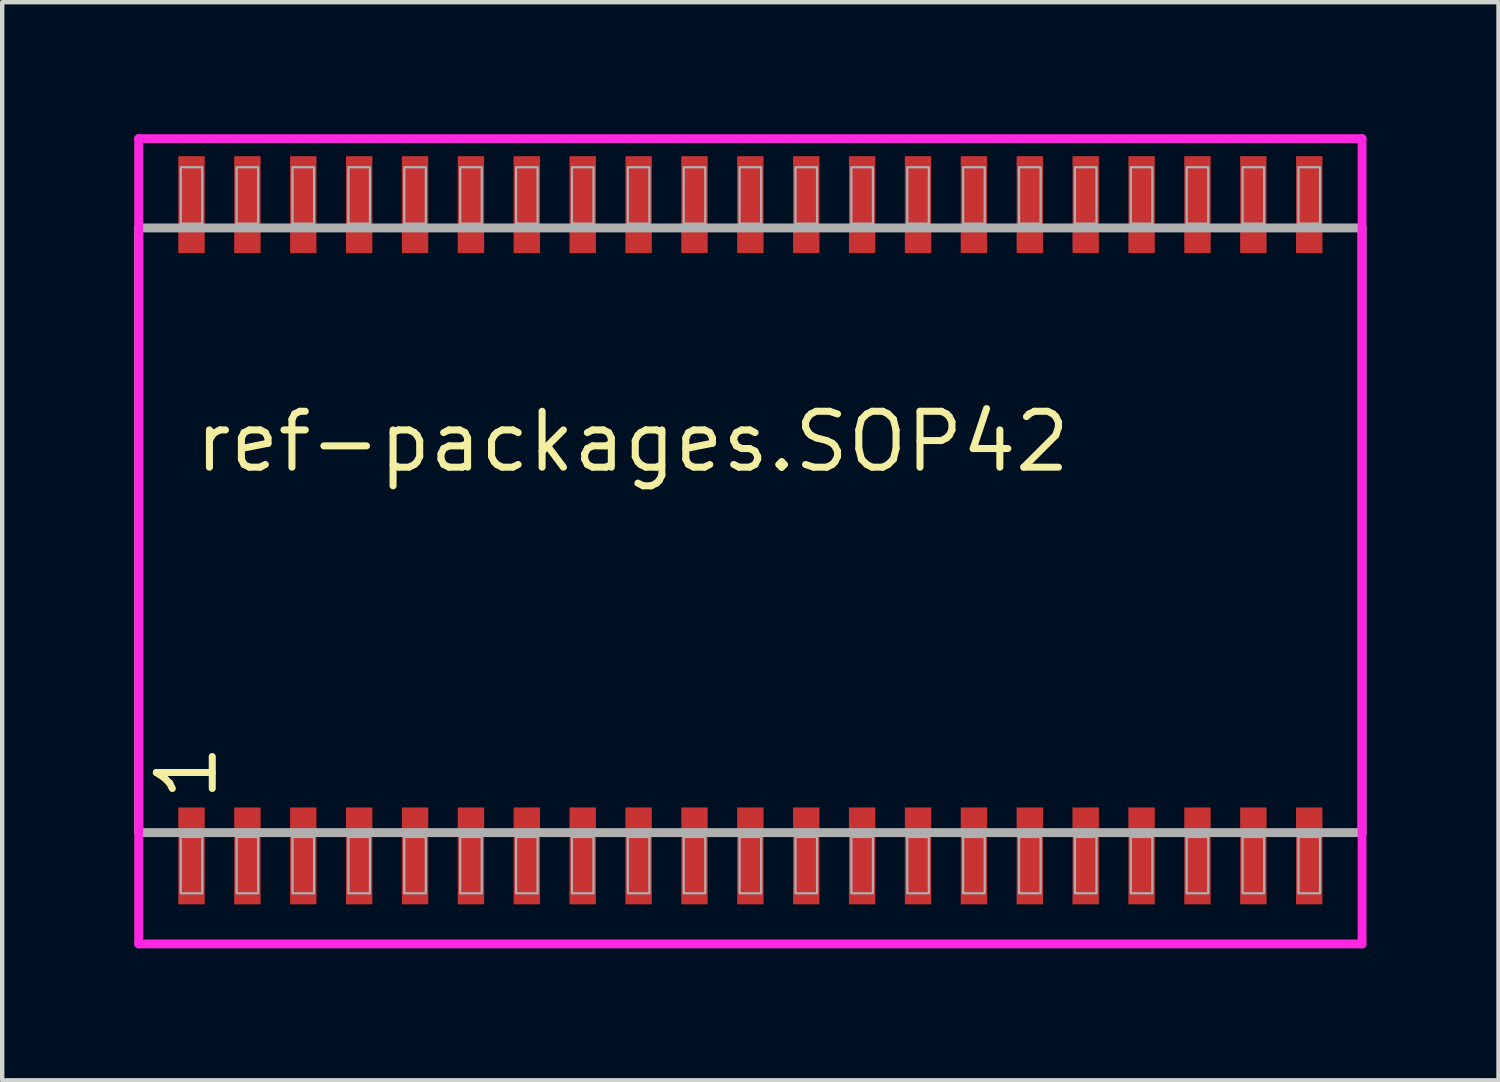
<source format=kicad_pcb>
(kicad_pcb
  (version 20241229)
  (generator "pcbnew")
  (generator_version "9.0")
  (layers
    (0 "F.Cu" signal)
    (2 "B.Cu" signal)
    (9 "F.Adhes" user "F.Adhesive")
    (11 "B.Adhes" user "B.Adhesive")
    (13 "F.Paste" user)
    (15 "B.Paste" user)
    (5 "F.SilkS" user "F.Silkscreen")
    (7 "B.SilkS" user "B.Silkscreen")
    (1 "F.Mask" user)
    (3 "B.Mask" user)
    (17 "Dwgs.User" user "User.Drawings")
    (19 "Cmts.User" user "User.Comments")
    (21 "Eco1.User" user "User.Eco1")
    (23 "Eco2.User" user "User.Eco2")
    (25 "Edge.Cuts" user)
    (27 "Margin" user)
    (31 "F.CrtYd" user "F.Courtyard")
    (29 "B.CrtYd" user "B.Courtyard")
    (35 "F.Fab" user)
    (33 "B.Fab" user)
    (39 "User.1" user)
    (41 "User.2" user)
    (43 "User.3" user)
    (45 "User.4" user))
  (footprint "ref-packages.SOP42"
    (layer "F.Cu")
    (at 14.002 9)
    (property "Reference" "ref-packages.SOP42" (at -12.7 -1.27 0) (layer "F.SilkS") (effects (font (size 1.27 1.27) (thickness 0.16)) (justify left bottom)))
    (attr smd)
    (fp_line (start -13.9 -8.9) (end 13.9 -8.9) (stroke (width 0.2) (type default)) (layer "F.CrtYd"))
    (fp_line (start -13.9 9.4) (end -13.9 -8.9) (stroke (width 0.2) (type default)) (layer "F.CrtYd"))
    (fp_line (start 13.9 -8.9) (end 13.9 9.4) (stroke (width 0.2) (type default)) (layer "F.CrtYd"))
    (fp_line (start 13.9 9.4) (end -13.9 9.4) (stroke (width 0.2) (type default)) (layer "F.CrtYd"))
    (fp_line (start -13.9 -6.87) (end 13.9 -6.87) (stroke (width 0.203) (type default)) (layer "F.Fab"))
    (fp_line (start -13.9 6.87) (end -13.9 -6.87) (stroke (width 0.203) (type default)) (layer "F.Fab"))
    (fp_line (start 13.9 -6.87) (end 13.9 6.87) (stroke (width 0.203) (type default)) (layer "F.Fab"))
    (fp_line (start 13.9 6.87) (end -13.9 6.87) (stroke (width 0.203) (type default)) (layer "F.Fab"))
    (fp_rect (start -12.945 -6.97) (end -12.455 -8.25) (stroke (width 0.05) (type default)) (fill no) (layer "F.Fab"))
    (fp_rect (start -12.945 8.25) (end -12.455 6.97) (stroke (width 0.05) (type default)) (fill no) (layer "F.Fab"))
    (fp_rect (start -11.675 -6.97) (end -11.185 -8.25) (stroke (width 0.05) (type default)) (fill no) (layer "F.Fab"))
    (fp_rect (start -11.675 8.25) (end -11.185 6.97) (stroke (width 0.05) (type default)) (fill no) (layer "F.Fab"))
    (fp_rect (start -10.405 -6.97) (end -9.915 -8.25) (stroke (width 0.05) (type default)) (fill no) (layer "F.Fab"))
    (fp_rect (start -10.405 8.25) (end -9.915 6.97) (stroke (width 0.05) (type default)) (fill no) (layer "F.Fab"))
    (fp_rect (start -9.135 -6.97) (end -8.645 -8.25) (stroke (width 0.05) (type default)) (fill no) (layer "F.Fab"))
    (fp_rect (start -9.135 8.25) (end -8.645 6.97) (stroke (width 0.05) (type default)) (fill no) (layer "F.Fab"))
    (fp_rect (start -7.865 -6.97) (end -7.375 -8.25) (stroke (width 0.05) (type default)) (fill no) (layer "F.Fab"))
    (fp_rect (start -7.865 8.25) (end -7.375 6.97) (stroke (width 0.05) (type default)) (fill no) (layer "F.Fab"))
    (fp_rect (start -6.595 -6.97) (end -6.105 -8.25) (stroke (width 0.05) (type default)) (fill no) (layer "F.Fab"))
    (fp_rect (start -6.595 8.25) (end -6.105 6.97) (stroke (width 0.05) (type default)) (fill no) (layer "F.Fab"))
    (fp_rect (start -5.325 -6.97) (end -4.835 -8.25) (stroke (width 0.05) (type default)) (fill no) (layer "F.Fab"))
    (fp_rect (start -5.325 8.25) (end -4.835 6.97) (stroke (width 0.05) (type default)) (fill no) (layer "F.Fab"))
    (fp_rect (start -4.055 -6.97) (end -3.565 -8.25) (stroke (width 0.05) (type default)) (fill no) (layer "F.Fab"))
    (fp_rect (start -4.055 8.25) (end -3.565 6.97) (stroke (width 0.05) (type default)) (fill no) (layer "F.Fab"))
    (fp_rect (start -2.785 -6.97) (end -2.295 -8.25) (stroke (width 0.05) (type default)) (fill no) (layer "F.Fab"))
    (fp_rect (start -2.785 8.25) (end -2.295 6.97) (stroke (width 0.05) (type default)) (fill no) (layer "F.Fab"))
    (fp_rect (start -1.515 -6.97) (end -1.025 -8.25) (stroke (width 0.05) (type default)) (fill no) (layer "F.Fab"))
    (fp_rect (start -1.515 8.25) (end -1.025 6.97) (stroke (width 0.05) (type default)) (fill no) (layer "F.Fab"))
    (fp_rect (start -0.245 -6.97) (end 0.245 -8.25) (stroke (width 0.05) (type default)) (fill no) (layer "F.Fab"))
    (fp_rect (start -0.245 8.25) (end 0.245 6.97) (stroke (width 0.05) (type default)) (fill no) (layer "F.Fab"))
    (fp_rect (start 1.025 -6.97) (end 1.515 -8.25) (stroke (width 0.05) (type default)) (fill no) (layer "F.Fab"))
    (fp_rect (start 1.025 8.25) (end 1.515 6.97) (stroke (width 0.05) (type default)) (fill no) (layer "F.Fab"))
    (fp_rect (start 2.295 -6.97) (end 2.785 -8.25) (stroke (width 0.05) (type default)) (fill no) (layer "F.Fab"))
    (fp_rect (start 2.295 8.25) (end 2.785 6.97) (stroke (width 0.05) (type default)) (fill no) (layer "F.Fab"))
    (fp_rect (start 3.565 -6.97) (end 4.055 -8.25) (stroke (width 0.05) (type default)) (fill no) (layer "F.Fab"))
    (fp_rect (start 3.565 8.25) (end 4.055 6.97) (stroke (width 0.05) (type default)) (fill no) (layer "F.Fab"))
    (fp_rect (start 4.835 -6.97) (end 5.325 -8.25) (stroke (width 0.05) (type default)) (fill no) (layer "F.Fab"))
    (fp_rect (start 4.835 8.25) (end 5.325 6.97) (stroke (width 0.05) (type default)) (fill no) (layer "F.Fab"))
    (fp_rect (start 6.105 -6.97) (end 6.595 -8.25) (stroke (width 0.05) (type default)) (fill no) (layer "F.Fab"))
    (fp_rect (start 6.105 8.25) (end 6.595 6.97) (stroke (width 0.05) (type default)) (fill no) (layer "F.Fab"))
    (fp_rect (start 7.375 -6.97) (end 7.865 -8.25) (stroke (width 0.05) (type default)) (fill no) (layer "F.Fab"))
    (fp_rect (start 7.375 8.25) (end 7.865 6.97) (stroke (width 0.05) (type default)) (fill no) (layer "F.Fab"))
    (fp_rect (start 8.645 -6.97) (end 9.135 -8.25) (stroke (width 0.05) (type default)) (fill no) (layer "F.Fab"))
    (fp_rect (start 8.645 8.25) (end 9.135 6.97) (stroke (width 0.05) (type default)) (fill no) (layer "F.Fab"))
    (fp_rect (start 9.915 -6.97) (end 10.405 -8.25) (stroke (width 0.05) (type default)) (fill no) (layer "F.Fab"))
    (fp_rect (start 9.915 8.25) (end 10.405 6.97) (stroke (width 0.05) (type default)) (fill no) (layer "F.Fab"))
    (fp_rect (start 11.185 -6.97) (end 11.675 -8.25) (stroke (width 0.05) (type default)) (fill no) (layer "F.Fab"))
    (fp_rect (start 11.185 8.25) (end 11.675 6.97) (stroke (width 0.05) (type default)) (fill no) (layer "F.Fab"))
    (fp_rect (start 12.455 -6.97) (end 12.945 -8.25) (stroke (width 0.05) (type default)) (fill no) (layer "F.Fab"))
    (fp_rect (start 12.455 8.25) (end 12.945 6.97) (stroke (width 0.05) (type default)) (fill no) (layer "F.Fab"))
    (fp_text user "1" (at -12.065 6.215 90) (layer "F.SilkS") (effects (font (size 1.27 1.27) (thickness 0.16)) (justify left bottom)))
    (pad "1" smd roundrect (at -12.7 7.4) (size 0.6 2.2) (layers "F.Cu" "F.Mask" "F.Paste") (roundrect_rratio 0.01))
    (pad "2" smd roundrect (at -11.43 7.4) (size 0.6 2.2) (layers "F.Cu" "F.Mask" "F.Paste") (roundrect_rratio 0.01))
    (pad "3" smd roundrect (at -10.16 7.4) (size 0.6 2.2) (layers "F.Cu" "F.Mask" "F.Paste") (roundrect_rratio 0.01))
    (pad "4" smd roundrect (at -8.89 7.4) (size 0.6 2.2) (layers "F.Cu" "F.Mask" "F.Paste") (roundrect_rratio 0.01))
    (pad "5" smd roundrect (at -7.62 7.4) (size 0.6 2.2) (layers "F.Cu" "F.Mask" "F.Paste") (roundrect_rratio 0.01))
    (pad "6" smd roundrect (at -6.35 7.4) (size 0.6 2.2) (layers "F.Cu" "F.Mask" "F.Paste") (roundrect_rratio 0.01))
    (pad "7" smd roundrect (at -5.08 7.4) (size 0.6 2.2) (layers "F.Cu" "F.Mask" "F.Paste") (roundrect_rratio 0.01))
    (pad "8" smd roundrect (at -3.81 7.4) (size 0.6 2.2) (layers "F.Cu" "F.Mask" "F.Paste") (roundrect_rratio 0.01))
    (pad "9" smd roundrect (at -2.54 7.4) (size 0.6 2.2) (layers "F.Cu" "F.Mask" "F.Paste") (roundrect_rratio 0.01))
    (pad "10" smd roundrect (at -1.27 7.4) (size 0.6 2.2) (layers "F.Cu" "F.Mask" "F.Paste") (roundrect_rratio 0.01))
    (pad "11" smd roundrect (at 0 7.4) (size 0.6 2.2) (layers "F.Cu" "F.Mask" "F.Paste") (roundrect_rratio 0.01))
    (pad "12" smd roundrect (at 1.27 7.4) (size 0.6 2.2) (layers "F.Cu" "F.Mask" "F.Paste") (roundrect_rratio 0.01))
    (pad "13" smd roundrect (at 2.54 7.4) (size 0.6 2.2) (layers "F.Cu" "F.Mask" "F.Paste") (roundrect_rratio 0.01))
    (pad "14" smd roundrect (at 3.81 7.4) (size 0.6 2.2) (layers "F.Cu" "F.Mask" "F.Paste") (roundrect_rratio 0.01))
    (pad "15" smd roundrect (at 5.08 7.4) (size 0.6 2.2) (layers "F.Cu" "F.Mask" "F.Paste") (roundrect_rratio 0.01))
    (pad "16" smd roundrect (at 6.35 7.4) (size 0.6 2.2) (layers "F.Cu" "F.Mask" "F.Paste") (roundrect_rratio 0.01))
    (pad "17" smd roundrect (at 7.62 7.4) (size 0.6 2.2) (layers "F.Cu" "F.Mask" "F.Paste") (roundrect_rratio 0.01))
    (pad "18" smd roundrect (at 8.89 7.4) (size 0.6 2.2) (layers "F.Cu" "F.Mask" "F.Paste") (roundrect_rratio 0.01))
    (pad "19" smd roundrect (at 10.16 7.4) (size 0.6 2.2) (layers "F.Cu" "F.Mask" "F.Paste") (roundrect_rratio 0.01))
    (pad "20" smd roundrect (at 11.43 7.4) (size 0.6 2.2) (layers "F.Cu" "F.Mask" "F.Paste") (roundrect_rratio 0.01))
    (pad "21" smd roundrect (at 12.7 7.4) (size 0.6 2.2) (layers "F.Cu" "F.Mask" "F.Paste") (roundrect_rratio 0.01))
    (pad "22" smd roundrect (at 12.7 -7.4) (size 0.6 2.2) (layers "F.Cu" "F.Mask" "F.Paste") (roundrect_rratio 0.01))
    (pad "23" smd roundrect (at 11.43 -7.4) (size 0.6 2.2) (layers "F.Cu" "F.Mask" "F.Paste") (roundrect_rratio 0.01))
    (pad "24" smd roundrect (at 10.16 -7.4) (size 0.6 2.2) (layers "F.Cu" "F.Mask" "F.Paste") (roundrect_rratio 0.01))
    (pad "25" smd roundrect (at 8.89 -7.4) (size 0.6 2.2) (layers "F.Cu" "F.Mask" "F.Paste") (roundrect_rratio 0.01))
    (pad "26" smd roundrect (at 7.62 -7.4) (size 0.6 2.2) (layers "F.Cu" "F.Mask" "F.Paste") (roundrect_rratio 0.01))
    (pad "27" smd roundrect (at 6.35 -7.4) (size 0.6 2.2) (layers "F.Cu" "F.Mask" "F.Paste") (roundrect_rratio 0.01))
    (pad "28" smd roundrect (at 5.08 -7.4) (size 0.6 2.2) (layers "F.Cu" "F.Mask" "F.Paste") (roundrect_rratio 0.01))
    (pad "29" smd roundrect (at 3.81 -7.4) (size 0.6 2.2) (layers "F.Cu" "F.Mask" "F.Paste") (roundrect_rratio 0.01))
    (pad "30" smd roundrect (at 2.54 -7.4) (size 0.6 2.2) (layers "F.Cu" "F.Mask" "F.Paste") (roundrect_rratio 0.01))
    (pad "31" smd roundrect (at 1.27 -7.4) (size 0.6 2.2) (layers "F.Cu" "F.Mask" "F.Paste") (roundrect_rratio 0.01))
    (pad "32" smd roundrect (at 0 -7.4) (size 0.6 2.2) (layers "F.Cu" "F.Mask" "F.Paste") (roundrect_rratio 0.01))
    (pad "33" smd roundrect (at -1.27 -7.4) (size 0.6 2.2) (layers "F.Cu" "F.Mask" "F.Paste") (roundrect_rratio 0.01))
    (pad "34" smd roundrect (at -2.54 -7.4) (size 0.6 2.2) (layers "F.Cu" "F.Mask" "F.Paste") (roundrect_rratio 0.01))
    (pad "35" smd roundrect (at -3.81 -7.4) (size 0.6 2.2) (layers "F.Cu" "F.Mask" "F.Paste") (roundrect_rratio 0.01))
    (pad "36" smd roundrect (at -5.08 -7.4) (size 0.6 2.2) (layers "F.Cu" "F.Mask" "F.Paste") (roundrect_rratio 0.01))
    (pad "37" smd roundrect (at -6.35 -7.4) (size 0.6 2.2) (layers "F.Cu" "F.Mask" "F.Paste") (roundrect_rratio 0.01))
    (pad "38" smd roundrect (at -7.62 -7.4) (size 0.6 2.2) (layers "F.Cu" "F.Mask" "F.Paste") (roundrect_rratio 0.01))
    (pad "39" smd roundrect (at -8.89 -7.4) (size 0.6 2.2) (layers "F.Cu" "F.Mask" "F.Paste") (roundrect_rratio 0.01))
    (pad "40" smd roundrect (at -10.16 -7.4) (size 0.6 2.2) (layers "F.Cu" "F.Mask" "F.Paste") (roundrect_rratio 0.01))
    (pad "41" smd roundrect (at -11.43 -7.4) (size 0.6 2.2) (layers "F.Cu" "F.Mask" "F.Paste") (roundrect_rratio 0.01))
    (pad "42" smd roundrect (at -12.7 -7.4) (size 0.6 2.2) (layers "F.Cu" "F.Mask" "F.Paste") (roundrect_rratio 0.01)))
  (gr_rect
    (start -3 -3)
    (end 31.003 21.5)
    (stroke (width 0.1) (type default))
    (fill no)
    (layer "Edge.Cuts")))
</source>
